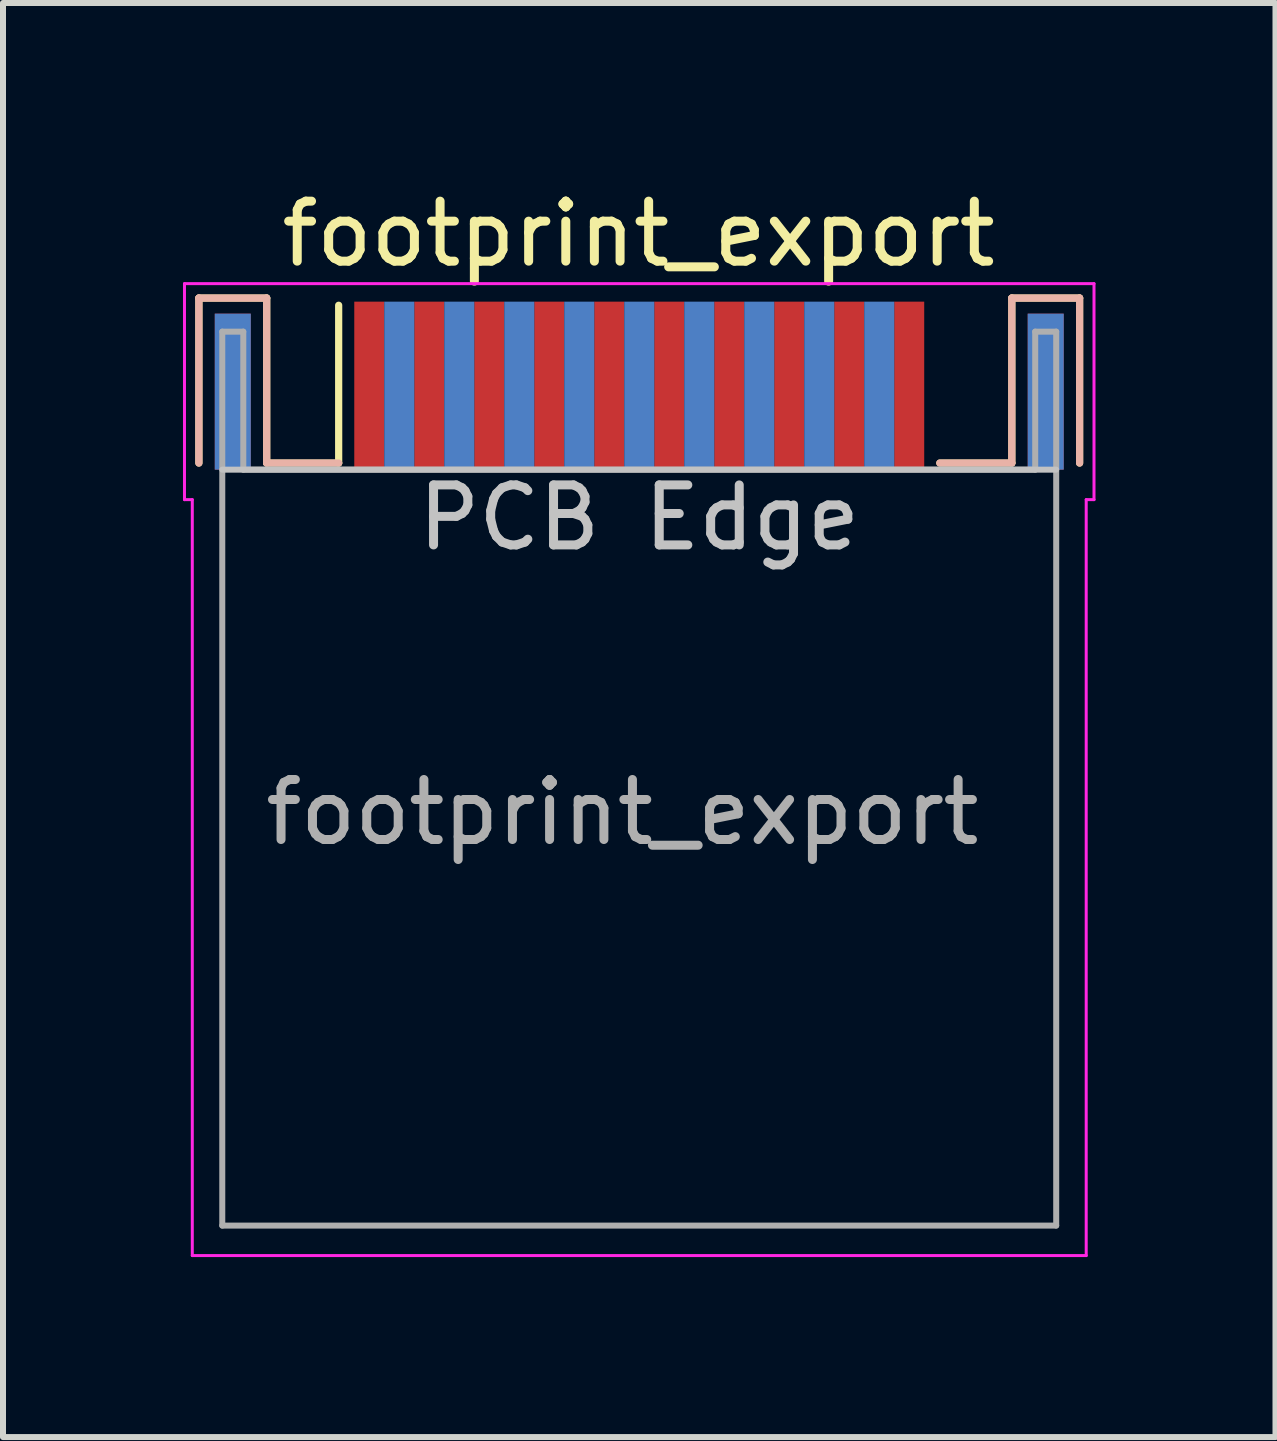
<source format=kicad_pcb>
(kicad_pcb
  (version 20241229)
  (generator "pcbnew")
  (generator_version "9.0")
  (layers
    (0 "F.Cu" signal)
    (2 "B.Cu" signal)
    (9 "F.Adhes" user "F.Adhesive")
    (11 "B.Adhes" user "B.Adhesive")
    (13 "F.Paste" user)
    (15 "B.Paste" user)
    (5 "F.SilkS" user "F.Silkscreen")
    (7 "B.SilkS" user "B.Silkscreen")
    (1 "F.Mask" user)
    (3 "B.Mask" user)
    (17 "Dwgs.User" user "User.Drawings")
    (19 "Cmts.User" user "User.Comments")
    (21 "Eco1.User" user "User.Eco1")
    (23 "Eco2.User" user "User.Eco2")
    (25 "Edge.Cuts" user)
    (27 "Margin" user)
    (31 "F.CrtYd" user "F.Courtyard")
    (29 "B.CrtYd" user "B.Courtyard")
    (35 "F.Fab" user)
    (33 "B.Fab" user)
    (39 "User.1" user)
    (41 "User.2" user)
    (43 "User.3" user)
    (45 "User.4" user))
  (footprint "footprint_export"
    (layer "F.Cu")
    (at 7.605 3.378)
    (property "Reference" "footprint_export" (at -0.01 -2.53 0) (layer "F.SilkS") (effects (font (size 1 1) (thickness 0.15))))
    (attr smd)
    (fp_line (start -7.34 -1.46) (end -6.21 -1.46) (stroke (width 0.12) (type solid)) (layer "F.SilkS"))
    (fp_line (start -7.34 1.29) (end -7.34 -1.46) (stroke (width 0.12) (type solid)) (layer "F.SilkS"))
    (fp_line (start -6.21 -1.46) (end -6.21 1.29) (stroke (width 0.12) (type solid)) (layer "F.SilkS"))
    (fp_line (start -6.21 1.29) (end -5.01 1.29) (stroke (width 0.12) (type solid)) (layer "F.SilkS"))
    (fp_line (start -5.01 1.29) (end -5.01 -1.34) (stroke (width 0.12) (type solid)) (layer "F.SilkS"))
    (fp_line (start 6.21 -1.46) (end 6.21 1.29) (stroke (width 0.12) (type solid)) (layer "F.SilkS"))
    (fp_line (start 6.21 1.29) (end 5.01 1.29) (stroke (width 0.12) (type solid)) (layer "F.SilkS"))
    (fp_line (start 7.34 -1.46) (end 6.21 -1.46) (stroke (width 0.12) (type solid)) (layer "F.SilkS"))
    (fp_line (start 7.34 1.29) (end 7.34 -1.46) (stroke (width 0.12) (type solid)) (layer "F.SilkS"))
    (fp_line (start -7.34 -1.46) (end -6.21 -1.46) (stroke (width 0.12) (type solid)) (layer "B.SilkS"))
    (fp_line (start -7.34 1.29) (end -7.34 -1.46) (stroke (width 0.12) (type solid)) (layer "B.SilkS"))
    (fp_line (start -6.21 -1.46) (end -6.21 1.29) (stroke (width 0.12) (type solid)) (layer "B.SilkS"))
    (fp_line (start -6.21 1.29) (end -5.01 1.29) (stroke (width 0.12) (type solid)) (layer "B.SilkS"))
    (fp_line (start 6.21 -1.46) (end 6.21 1.29) (stroke (width 0.12) (type solid)) (layer "B.SilkS"))
    (fp_line (start 6.21 1.29) (end 5.01 1.29) (stroke (width 0.12) (type solid)) (layer "B.SilkS"))
    (fp_line (start 7.34 -1.46) (end 6.21 -1.46) (stroke (width 0.12) (type solid)) (layer "B.SilkS"))
    (fp_line (start 7.34 1.29) (end 7.34 -1.46) (stroke (width 0.12) (type solid)) (layer "B.SilkS"))
    (fp_line (start -6.95 1.4) (end 6.95 1.4) (stroke (width 0.1) (type solid)) (layer "Dwgs.User"))
    (fp_line (start -7.58 1.9) (end -7.58 -1.7) (stroke (width 0.05) (type solid)) (layer "F.CrtYd"))
    (fp_line (start -7.45 1.9) (end -7.58 1.9) (stroke (width 0.05) (type solid)) (layer "F.CrtYd"))
    (fp_line (start -7.45 14.5) (end -7.45 1.9) (stroke (width 0.05) (type solid)) (layer "F.CrtYd"))
    (fp_line (start -7.45 14.5) (end 7.45 14.5) (stroke (width 0.05) (type solid)) (layer "F.CrtYd"))
    (fp_line (start 7.45 1.9) (end 7.58 1.9) (stroke (width 0.05) (type solid)) (layer "F.CrtYd"))
    (fp_line (start 7.45 14.5) (end 7.45 1.9) (stroke (width 0.05) (type solid)) (layer "F.CrtYd"))
    (fp_line (start 7.58 -1.7) (end -7.58 -1.7) (stroke (width 0.05) (type solid)) (layer "F.CrtYd"))
    (fp_line (start 7.58 1.9) (end 7.58 -1.7) (stroke (width 0.05) (type solid)) (layer "F.CrtYd"))
    (fp_line (start -6.95 -0.9) (end -6.95 14) (stroke (width 0.1) (type solid)) (layer "F.Fab"))
    (fp_line (start -6.95 -0.9) (end -6.6 -0.9) (stroke (width 0.1) (type solid)) (layer "F.Fab"))
    (fp_line (start -6.95 14) (end 6.95 14) (stroke (width 0.1) (type solid)) (layer "F.Fab"))
    (fp_line (start -6.6 -0.9) (end -6.6 1.4) (stroke (width 0.1) (type solid)) (layer "F.Fab"))
    (fp_line (start -6.6 1.4) (end 6.6 1.4) (stroke (width 0.1) (type solid)) (layer "F.Fab"))
    (fp_line (start 6.6 -0.9) (end 6.6 1.4) (stroke (width 0.1) (type solid)) (layer "F.Fab"))
    (fp_line (start 6.95 -0.9) (end 6.6 -0.9) (stroke (width 0.1) (type solid)) (layer "F.Fab"))
    (fp_line (start 6.95 -0.9) (end 6.95 14) (stroke (width 0.1) (type solid)) (layer "F.Fab"))
    (fp_text user "PCB Edge" (at 0 2.2 0) (layer "Dwgs.User") (effects (font (size 1 1) (thickness 0.15))))
    (fp_text user "${REFERENCE}" (at -0.28 7.11 0) (layer "F.Fab") (effects (font (size 1 1) (thickness 0.15))))
    (pad "1" smd rect (at -4.5 0) (size 0.5 2.8) (layers "F.Cu" "F.Mask" "F.Paste"))
    (pad "2" smd rect (at -4 0) (size 0.5 2.8) (layers "B.Cu" "B.Mask" "B.Paste"))
    (pad "3" smd rect (at -3.5 0) (size 0.5 2.8) (layers "F.Cu" "F.Mask" "F.Paste"))
    (pad "4" smd rect (at -3 0) (size 0.5 2.8) (layers "B.Cu" "B.Mask" "B.Paste"))
    (pad "5" smd rect (at -2.5 0) (size 0.5 2.8) (layers "F.Cu" "F.Mask" "F.Paste"))
    (pad "6" smd rect (at -2 0) (size 0.5 2.8) (layers "B.Cu" "B.Mask" "B.Paste"))
    (pad "7" smd rect (at -1.5 0) (size 0.5 2.8) (layers "F.Cu" "F.Mask" "F.Paste"))
    (pad "8" smd rect (at -1 0) (size 0.5 2.8) (layers "B.Cu" "B.Mask" "B.Paste"))
    (pad "9" smd rect (at -0.5 0) (size 0.5 2.8) (layers "F.Cu" "F.Mask" "F.Paste"))
    (pad "10" smd rect (at 0 0) (size 0.5 2.8) (layers "B.Cu" "B.Mask" "B.Paste"))
    (pad "11" smd rect (at 0.5 0) (size 0.5 2.8) (layers "F.Cu" "F.Mask" "F.Paste"))
    (pad "12" smd rect (at 1 0) (size 0.5 2.8) (layers "B.Cu" "B.Mask" "B.Paste"))
    (pad "13" smd rect (at 1.5 0) (size 0.5 2.8) (layers "F.Cu" "F.Mask" "F.Paste"))
    (pad "14" smd rect (at 2 0) (size 0.5 2.8) (layers "B.Cu" "B.Mask" "B.Paste"))
    (pad "15" smd rect (at 2.5 0) (size 0.5 2.8) (layers "F.Cu" "F.Mask" "F.Paste"))
    (pad "16" smd rect (at 3 0) (size 0.5 2.8) (layers "B.Cu" "B.Mask" "B.Paste"))
    (pad "17" smd rect (at 3.5 0) (size 0.5 2.8) (layers "F.Cu" "F.Mask" "F.Paste"))
    (pad "18" smd rect (at 4 0) (size 0.5 2.8) (layers "B.Cu" "B.Mask" "B.Paste"))
    (pad "19" smd rect (at 4.5 0) (size 0.5 2.8) (layers "F.Cu" "F.Mask" "F.Paste"))
    (pad "SH" smd rect (at -6.775 0.1) (size 0.6 2.6) (layers "F.Cu" "F.Mask" "F.Paste"))
    (pad "SH" smd rect (at -6.775 0.1) (size 0.6 2.6) (layers "B.Cu" "B.Mask" "B.Paste"))
    (pad "SH" smd rect (at 6.775 0.1) (size 0.6 2.6) (layers "F.Cu" "F.Mask" "F.Paste"))
    (pad "SH" smd rect (at 6.775 0.1) (size 0.6 2.6) (layers "B.Cu" "B.Mask" "B.Paste")))
  (gr_rect
    (start -3 -3)
    (end 18.21 20.903)
    (stroke (width 0.1) (type default))
    (fill no)
    (layer "Edge.Cuts")))
</source>
